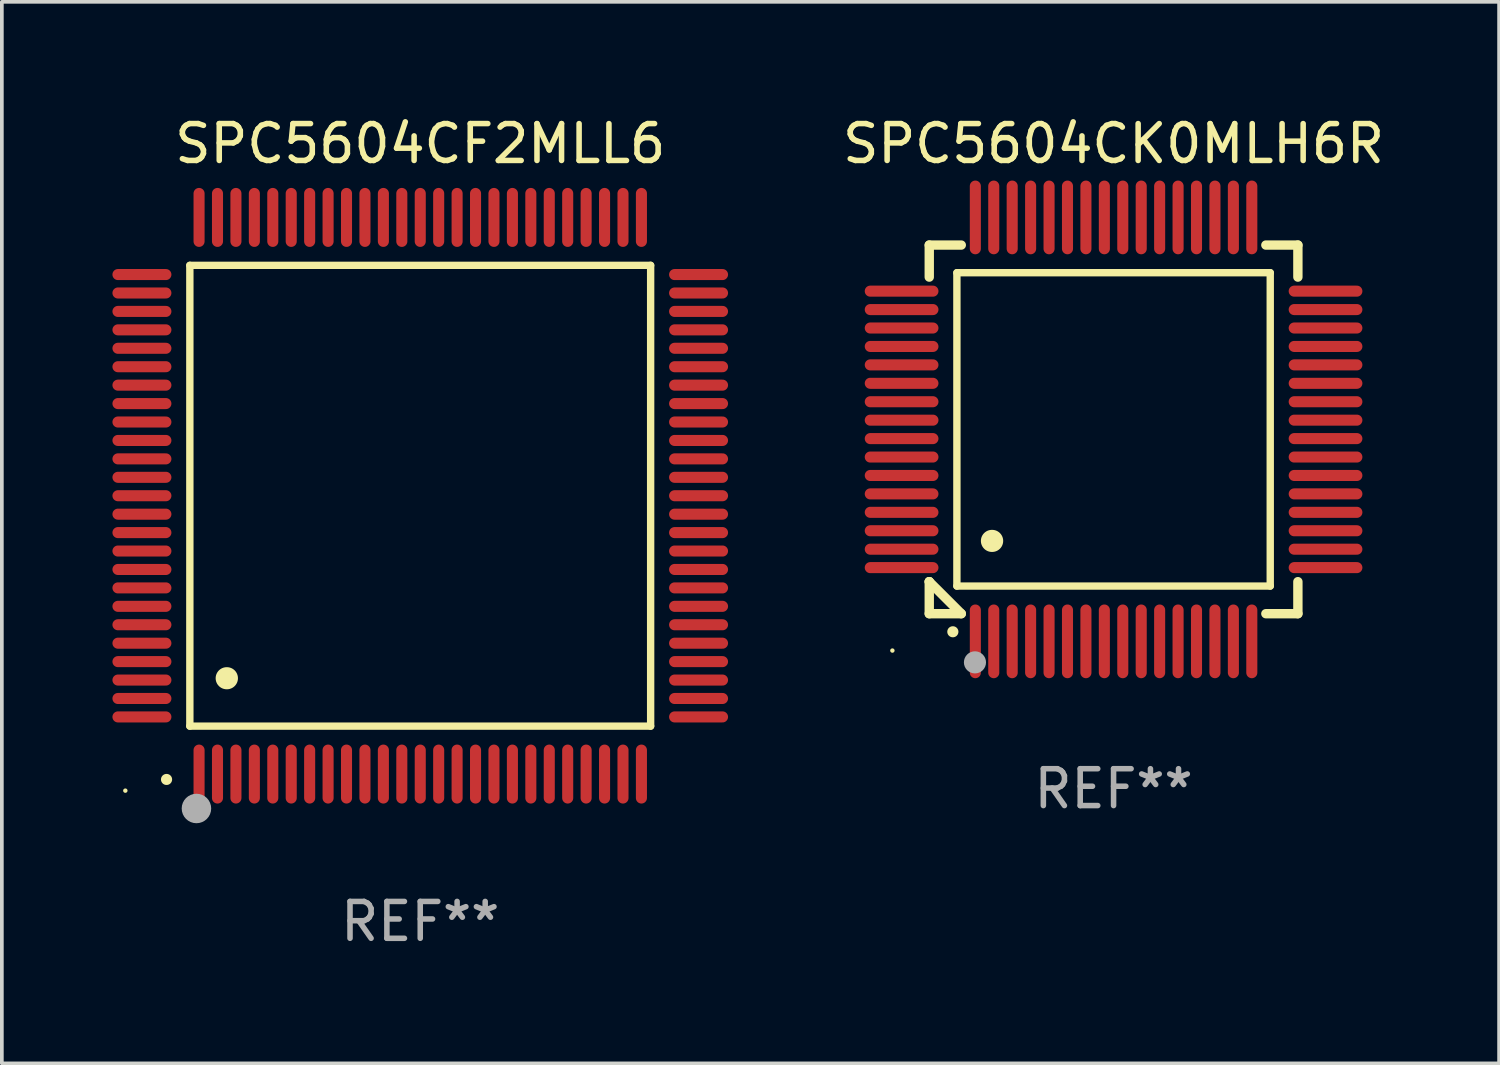
<source format=kicad_pcb>
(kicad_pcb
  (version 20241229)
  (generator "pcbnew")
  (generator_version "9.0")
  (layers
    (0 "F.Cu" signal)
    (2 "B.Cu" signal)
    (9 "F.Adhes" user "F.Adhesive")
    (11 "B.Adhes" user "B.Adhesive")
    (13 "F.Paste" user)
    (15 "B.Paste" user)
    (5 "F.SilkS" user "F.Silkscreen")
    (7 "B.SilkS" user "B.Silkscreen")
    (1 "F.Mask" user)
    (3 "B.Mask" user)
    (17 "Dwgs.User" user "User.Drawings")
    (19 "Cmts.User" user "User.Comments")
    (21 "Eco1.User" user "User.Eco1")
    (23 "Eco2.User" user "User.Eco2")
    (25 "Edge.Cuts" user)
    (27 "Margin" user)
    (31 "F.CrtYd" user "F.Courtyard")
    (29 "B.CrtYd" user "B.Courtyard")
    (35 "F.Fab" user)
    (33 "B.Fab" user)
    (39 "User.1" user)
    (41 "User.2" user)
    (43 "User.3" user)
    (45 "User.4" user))
  (footprint "SPC5604CF2MLL6"
    (layer "F.Cu")
    (at 8.35 10.398)
    (property "Reference" "SPC5604CF2MLL6" (at 0 -9.55 0) (layer "F.SilkS") (effects (font (size 1 1) (thickness 0.15))))
    (attr through_hole)
    (fp_line (start -6.25 -6.25) (end -6.25 6.25) (stroke (width 0.2) (type solid)) (layer "F.SilkS"))
    (fp_line (start -6.25 6.25) (end 6.25 6.25) (stroke (width 0.2) (type solid)) (layer "F.SilkS"))
    (fp_line (start 6.25 -6.25) (end -6.25 -6.25) (stroke (width 0.2) (type solid)) (layer "F.SilkS"))
    (fp_line (start 6.25 6.25) (end 6.25 -6.25) (stroke (width 0.2) (type solid)) (layer "F.SilkS"))
    (fp_arc (start -6.883414 7.696215) (mid -6.882144 7.69621) (end -6.880874 7.696215) (stroke (width 0.3) (type solid)) (layer "F.SilkS"))
    (fp_arc (start -5.250191 4.95047) (mid -5.247651 4.950459) (end -5.245111 4.95047) (stroke (width 0.6) (type solid)) (layer "F.SilkS"))
    (fp_circle (center -8 8) (end -7.97 8) (stroke (width 0.06) (type solid)) (fill no) (layer "F.SilkS"))
    (fp_circle (center -6.071 8.484) (end -5.871 8.484) (stroke (width 0.4) (type solid)) (fill no) (layer "F.Fab"))
    (fp_text user "REF**" (at 0 11.55 0) (layer "F.Fab") (effects (font (size 1 1) (thickness 0.15))))
    (pad "1" smd oval (at -6 7.55) (size 0.3 1.6) (layers "F.Cu" "F.Mask" "F.Paste"))
    (pad "2" smd oval (at -5.5 7.55) (size 0.3 1.6) (layers "F.Cu" "F.Mask" "F.Paste"))
    (pad "3" smd oval (at -5 7.55) (size 0.3 1.6) (layers "F.Cu" "F.Mask" "F.Paste"))
    (pad "4" smd oval (at -4.5 7.55) (size 0.3 1.6) (layers "F.Cu" "F.Mask" "F.Paste"))
    (pad "5" smd oval (at -4 7.55) (size 0.3 1.6) (layers "F.Cu" "F.Mask" "F.Paste"))
    (pad "6" smd oval (at -3.5 7.55) (size 0.3 1.6) (layers "F.Cu" "F.Mask" "F.Paste"))
    (pad "7" smd oval (at -3 7.55) (size 0.3 1.6) (layers "F.Cu" "F.Mask" "F.Paste"))
    (pad "8" smd oval (at -2.5 7.55) (size 0.3 1.6) (layers "F.Cu" "F.Mask" "F.Paste"))
    (pad "9" smd oval (at -2 7.55) (size 0.3 1.6) (layers "F.Cu" "F.Mask" "F.Paste"))
    (pad "10" smd oval (at -1.5 7.55) (size 0.3 1.6) (layers "F.Cu" "F.Mask" "F.Paste"))
    (pad "11" smd oval (at -1 7.55) (size 0.3 1.6) (layers "F.Cu" "F.Mask" "F.Paste"))
    (pad "12" smd oval (at -0.5 7.55) (size 0.3 1.6) (layers "F.Cu" "F.Mask" "F.Paste"))
    (pad "13" smd oval (at 0 7.55) (size 0.3 1.6) (layers "F.Cu" "F.Mask" "F.Paste"))
    (pad "14" smd oval (at 0.5 7.55) (size 0.3 1.6) (layers "F.Cu" "F.Mask" "F.Paste"))
    (pad "15" smd oval (at 1 7.55) (size 0.3 1.6) (layers "F.Cu" "F.Mask" "F.Paste"))
    (pad "16" smd oval (at 1.5 7.55) (size 0.3 1.6) (layers "F.Cu" "F.Mask" "F.Paste"))
    (pad "17" smd oval (at 2 7.55) (size 0.3 1.6) (layers "F.Cu" "F.Mask" "F.Paste"))
    (pad "18" smd oval (at 2.5 7.55) (size 0.3 1.6) (layers "F.Cu" "F.Mask" "F.Paste"))
    (pad "19" smd oval (at 3 7.55) (size 0.3 1.6) (layers "F.Cu" "F.Mask" "F.Paste"))
    (pad "20" smd oval (at 3.5 7.55) (size 0.3 1.6) (layers "F.Cu" "F.Mask" "F.Paste"))
    (pad "21" smd oval (at 4 7.55) (size 0.3 1.6) (layers "F.Cu" "F.Mask" "F.Paste"))
    (pad "22" smd oval (at 4.5 7.55) (size 0.3 1.6) (layers "F.Cu" "F.Mask" "F.Paste"))
    (pad "23" smd oval (at 5 7.55) (size 0.3 1.6) (layers "F.Cu" "F.Mask" "F.Paste"))
    (pad "24" smd oval (at 5.5 7.55) (size 0.3 1.6) (layers "F.Cu" "F.Mask" "F.Paste"))
    (pad "25" smd oval (at 6 7.55) (size 0.3 1.6) (layers "F.Cu" "F.Mask" "F.Paste"))
    (pad "26" smd oval (at 7.55 6) (size 1.6 0.3) (layers "F.Cu" "F.Mask" "F.Paste"))
    (pad "27" smd oval (at 7.55 5.5) (size 1.6 0.3) (layers "F.Cu" "F.Mask" "F.Paste"))
    (pad "28" smd oval (at 7.55 5) (size 1.6 0.3) (layers "F.Cu" "F.Mask" "F.Paste"))
    (pad "29" smd oval (at 7.55 4.5) (size 1.6 0.3) (layers "F.Cu" "F.Mask" "F.Paste"))
    (pad "30" smd oval (at 7.55 4) (size 1.6 0.3) (layers "F.Cu" "F.Mask" "F.Paste"))
    (pad "31" smd oval (at 7.55 3.5) (size 1.6 0.3) (layers "F.Cu" "F.Mask" "F.Paste"))
    (pad "32" smd oval (at 7.55 3) (size 1.6 0.3) (layers "F.Cu" "F.Mask" "F.Paste"))
    (pad "33" smd oval (at 7.55 2.5) (size 1.6 0.3) (layers "F.Cu" "F.Mask" "F.Paste"))
    (pad "34" smd oval (at 7.55 2) (size 1.6 0.3) (layers "F.Cu" "F.Mask" "F.Paste"))
    (pad "35" smd oval (at 7.55 1.5) (size 1.6 0.3) (layers "F.Cu" "F.Mask" "F.Paste"))
    (pad "36" smd oval (at 7.55 1) (size 1.6 0.3) (layers "F.Cu" "F.Mask" "F.Paste"))
    (pad "37" smd oval (at 7.55 0.5) (size 1.6 0.3) (layers "F.Cu" "F.Mask" "F.Paste"))
    (pad "38" smd oval (at 7.55 0) (size 1.6 0.3) (layers "F.Cu" "F.Mask" "F.Paste"))
    (pad "39" smd oval (at 7.55 -0.5) (size 1.6 0.3) (layers "F.Cu" "F.Mask" "F.Paste"))
    (pad "40" smd oval (at 7.55 -1) (size 1.6 0.3) (layers "F.Cu" "F.Mask" "F.Paste"))
    (pad "41" smd oval (at 7.55 -1.5) (size 1.6 0.3) (layers "F.Cu" "F.Mask" "F.Paste"))
    (pad "42" smd oval (at 7.55 -2) (size 1.6 0.3) (layers "F.Cu" "F.Mask" "F.Paste"))
    (pad "43" smd oval (at 7.55 -2.5) (size 1.6 0.3) (layers "F.Cu" "F.Mask" "F.Paste"))
    (pad "44" smd oval (at 7.55 -3) (size 1.6 0.3) (layers "F.Cu" "F.Mask" "F.Paste"))
    (pad "45" smd oval (at 7.55 -3.5) (size 1.6 0.3) (layers "F.Cu" "F.Mask" "F.Paste"))
    (pad "46" smd oval (at 7.55 -4) (size 1.6 0.3) (layers "F.Cu" "F.Mask" "F.Paste"))
    (pad "47" smd oval (at 7.55 -4.5) (size 1.6 0.3) (layers "F.Cu" "F.Mask" "F.Paste"))
    (pad "48" smd oval (at 7.55 -5) (size 1.6 0.3) (layers "F.Cu" "F.Mask" "F.Paste"))
    (pad "49" smd oval (at 7.55 -5.5) (size 1.6 0.3) (layers "F.Cu" "F.Mask" "F.Paste"))
    (pad "50" smd oval (at 7.55 -6) (size 1.6 0.3) (layers "F.Cu" "F.Mask" "F.Paste"))
    (pad "51" smd oval (at 6 -7.55) (size 0.3 1.6) (layers "F.Cu" "F.Mask" "F.Paste"))
    (pad "52" smd oval (at 5.5 -7.55) (size 0.3 1.6) (layers "F.Cu" "F.Mask" "F.Paste"))
    (pad "53" smd oval (at 5 -7.55) (size 0.3 1.6) (layers "F.Cu" "F.Mask" "F.Paste"))
    (pad "54" smd oval (at 4.5 -7.55) (size 0.3 1.6) (layers "F.Cu" "F.Mask" "F.Paste"))
    (pad "55" smd oval (at 4 -7.55) (size 0.3 1.6) (layers "F.Cu" "F.Mask" "F.Paste"))
    (pad "56" smd oval (at 3.5 -7.55) (size 0.3 1.6) (layers "F.Cu" "F.Mask" "F.Paste"))
    (pad "57" smd oval (at 3 -7.55) (size 0.3 1.6) (layers "F.Cu" "F.Mask" "F.Paste"))
    (pad "58" smd oval (at 2.5 -7.55) (size 0.3 1.6) (layers "F.Cu" "F.Mask" "F.Paste"))
    (pad "59" smd oval (at 2 -7.55) (size 0.3 1.6) (layers "F.Cu" "F.Mask" "F.Paste"))
    (pad "60" smd oval (at 1.5 -7.55) (size 0.3 1.6) (layers "F.Cu" "F.Mask" "F.Paste"))
    (pad "61" smd oval (at 1 -7.55) (size 0.3 1.6) (layers "F.Cu" "F.Mask" "F.Paste"))
    (pad "62" smd oval (at 0.5 -7.55) (size 0.3 1.6) (layers "F.Cu" "F.Mask" "F.Paste"))
    (pad "63" smd oval (at 0 -7.55) (size 0.3 1.6) (layers "F.Cu" "F.Mask" "F.Paste"))
    (pad "64" smd oval (at -0.5 -7.55) (size 0.3 1.6) (layers "F.Cu" "F.Mask" "F.Paste"))
    (pad "65" smd oval (at -1 -7.55) (size 0.3 1.6) (layers "F.Cu" "F.Mask" "F.Paste"))
    (pad "66" smd oval (at -1.5 -7.55) (size 0.3 1.6) (layers "F.Cu" "F.Mask" "F.Paste"))
    (pad "67" smd oval (at -2 -7.55) (size 0.3 1.6) (layers "F.Cu" "F.Mask" "F.Paste"))
    (pad "68" smd oval (at -2.5 -7.55) (size 0.3 1.6) (layers "F.Cu" "F.Mask" "F.Paste"))
    (pad "69" smd oval (at -3 -7.55) (size 0.3 1.6) (layers "F.Cu" "F.Mask" "F.Paste"))
    (pad "70" smd oval (at -3.5 -7.55) (size 0.3 1.6) (layers "F.Cu" "F.Mask" "F.Paste"))
    (pad "71" smd oval (at -4 -7.55) (size 0.3 1.6) (layers "F.Cu" "F.Mask" "F.Paste"))
    (pad "72" smd oval (at -4.5 -7.55) (size 0.3 1.6) (layers "F.Cu" "F.Mask" "F.Paste"))
    (pad "73" smd oval (at -5 -7.55) (size 0.3 1.6) (layers "F.Cu" "F.Mask" "F.Paste"))
    (pad "74" smd oval (at -5.5 -7.55) (size 0.3 1.6) (layers "F.Cu" "F.Mask" "F.Paste"))
    (pad "75" smd oval (at -6 -7.55) (size 0.3 1.6) (layers "F.Cu" "F.Mask" "F.Paste"))
    (pad "76" smd oval (at -7.55 -6) (size 1.6 0.3) (layers "F.Cu" "F.Mask" "F.Paste"))
    (pad "77" smd oval (at -7.55 -5.5) (size 1.6 0.3) (layers "F.Cu" "F.Mask" "F.Paste"))
    (pad "78" smd oval (at -7.55 -5) (size 1.6 0.3) (layers "F.Cu" "F.Mask" "F.Paste"))
    (pad "79" smd oval (at -7.55 -4.5) (size 1.6 0.3) (layers "F.Cu" "F.Mask" "F.Paste"))
    (pad "80" smd oval (at -7.55 -4) (size 1.6 0.3) (layers "F.Cu" "F.Mask" "F.Paste"))
    (pad "81" smd oval (at -7.55 -3.5) (size 1.6 0.3) (layers "F.Cu" "F.Mask" "F.Paste"))
    (pad "82" smd oval (at -7.55 -3) (size 1.6 0.3) (layers "F.Cu" "F.Mask" "F.Paste"))
    (pad "83" smd oval (at -7.55 -2.5) (size 1.6 0.3) (layers "F.Cu" "F.Mask" "F.Paste"))
    (pad "84" smd oval (at -7.55 -2) (size 1.6 0.3) (layers "F.Cu" "F.Mask" "F.Paste"))
    (pad "85" smd oval (at -7.55 -1.5) (size 1.6 0.3) (layers "F.Cu" "F.Mask" "F.Paste"))
    (pad "86" smd oval (at -7.55 -1) (size 1.6 0.3) (layers "F.Cu" "F.Mask" "F.Paste"))
    (pad "87" smd oval (at -7.55 -0.5) (size 1.6 0.3) (layers "F.Cu" "F.Mask" "F.Paste"))
    (pad "88" smd oval (at -7.55 0) (size 1.6 0.3) (layers "F.Cu" "F.Mask" "F.Paste"))
    (pad "89" smd oval (at -7.55 0.5) (size 1.6 0.3) (layers "F.Cu" "F.Mask" "F.Paste"))
    (pad "90" smd oval (at -7.55 1) (size 1.6 0.3) (layers "F.Cu" "F.Mask" "F.Paste"))
    (pad "91" smd oval (at -7.55 1.5) (size 1.6 0.3) (layers "F.Cu" "F.Mask" "F.Paste"))
    (pad "92" smd oval (at -7.55 2) (size 1.6 0.3) (layers "F.Cu" "F.Mask" "F.Paste"))
    (pad "93" smd oval (at -7.55 2.5) (size 1.6 0.3) (layers "F.Cu" "F.Mask" "F.Paste"))
    (pad "94" smd oval (at -7.55 3) (size 1.6 0.3) (layers "F.Cu" "F.Mask" "F.Paste"))
    (pad "95" smd oval (at -7.55 3.5) (size 1.6 0.3) (layers "F.Cu" "F.Mask" "F.Paste"))
    (pad "96" smd oval (at -7.55 4) (size 1.6 0.3) (layers "F.Cu" "F.Mask" "F.Paste"))
    (pad "97" smd oval (at -7.55 4.5) (size 1.6 0.3) (layers "F.Cu" "F.Mask" "F.Paste"))
    (pad "98" smd oval (at -7.55 5) (size 1.6 0.3) (layers "F.Cu" "F.Mask" "F.Paste"))
    (pad "99" smd oval (at -7.55 5.5) (size 1.6 0.3) (layers "F.Cu" "F.Mask" "F.Paste"))
    (pad "100" smd oval (at -7.55 6) (size 1.6 0.3) (layers "F.Cu" "F.Mask" "F.Paste")))
  (footprint "SPC5604CK0MLH6R"
    (layer "F.Cu")
    (at 27.158 8.598)
    (property "Reference" "SPC5604CK0MLH6R" (at 0 -7.75 0) (layer "F.SilkS") (effects (font (size 1 1) (thickness 0.15))))
    (attr through_hole)
    (fp_line (start -5 -5) (end -4.131 -5) (stroke (width 0.254) (type solid)) (layer "F.SilkS"))
    (fp_line (start -5 -4.131) (end -5 -5) (stroke (width 0.254) (type solid)) (layer "F.SilkS"))
    (fp_line (start -5 4.131) (end -5 4.131) (stroke (width 0.254) (type solid)) (layer "F.SilkS"))
    (fp_line (start -5 5) (end -5 4.131) (stroke (width 0.254) (type solid)) (layer "F.SilkS"))
    (fp_line (start -5 4.131) (end -4.131 5) (stroke (width 0.254) (type solid)) (layer "F.SilkS"))
    (fp_line (start -4.25 -4.25) (end -4.25 4.25) (stroke (width 0.2) (type solid)) (layer "F.SilkS"))
    (fp_line (start -4.25 4.25) (end 4.25 4.25) (stroke (width 0.2) (type solid)) (layer "F.SilkS"))
    (fp_line (start -4.131 5) (end -5 5) (stroke (width 0.254) (type solid)) (layer "F.SilkS"))
    (fp_line (start 4.25 -4.25) (end -4.25 -4.25) (stroke (width 0.2) (type solid)) (layer "F.SilkS"))
    (fp_line (start 4.25 4.25) (end 4.25 -4.25) (stroke (width 0.2) (type solid)) (layer "F.SilkS"))
    (fp_line (start 5 -5) (end 4.131 -5) (stroke (width 0.254) (type solid)) (layer "F.SilkS"))
    (fp_line (start 5 -5) (end 5 -4.131) (stroke (width 0.254) (type solid)) (layer "F.SilkS"))
    (fp_line (start 5 4.131) (end 5 5) (stroke (width 0.254) (type solid)) (layer "F.SilkS"))
    (fp_line (start 5 5) (end 4.131 5) (stroke (width 0.254) (type solid)) (layer "F.SilkS"))
    (fp_arc (start -4.361265 5.489992) (mid -4.359995 5.489987) (end -4.358725 5.489992) (stroke (width 0.3) (type solid)) (layer "F.SilkS"))
    (fp_arc (start -3.299467 3.025146) (mid -3.296927 3.025135) (end -3.294387 3.025146) (stroke (width 0.6) (type solid)) (layer "F.SilkS"))
    (fp_circle (center -6 6) (end -5.97 6) (stroke (width 0.06) (type solid)) (fill no) (layer "F.SilkS"))
    (fp_circle (center -3.76 6.32) (end -3.61 6.32) (stroke (width 0.3) (type solid)) (fill no) (layer "F.Fab"))
    (fp_text user "REF**" (at 0 9.75 0) (layer "F.Fab") (effects (font (size 1 1) (thickness 0.15))))
    (pad "1" smd oval (at -3.75 5.75) (size 0.3 2) (layers "F.Cu" "F.Mask" "F.Paste"))
    (pad "2" smd oval (at -3.25 5.75) (size 0.3 2) (layers "F.Cu" "F.Mask" "F.Paste"))
    (pad "3" smd oval (at -2.75 5.75) (size 0.3 2) (layers "F.Cu" "F.Mask" "F.Paste"))
    (pad "4" smd oval (at -2.25 5.75) (size 0.3 2) (layers "F.Cu" "F.Mask" "F.Paste"))
    (pad "5" smd oval (at -1.75 5.75) (size 0.3 2) (layers "F.Cu" "F.Mask" "F.Paste"))
    (pad "6" smd oval (at -1.25 5.75) (size 0.3 2) (layers "F.Cu" "F.Mask" "F.Paste"))
    (pad "7" smd oval (at -0.75 5.75) (size 0.3 2) (layers "F.Cu" "F.Mask" "F.Paste"))
    (pad "8" smd oval (at -0.25 5.75) (size 0.3 2) (layers "F.Cu" "F.Mask" "F.Paste"))
    (pad "9" smd oval (at 0.25 5.75) (size 0.3 2) (layers "F.Cu" "F.Mask" "F.Paste"))
    (pad "10" smd oval (at 0.75 5.75) (size 0.3 2) (layers "F.Cu" "F.Mask" "F.Paste"))
    (pad "11" smd oval (at 1.25 5.75) (size 0.3 2) (layers "F.Cu" "F.Mask" "F.Paste"))
    (pad "12" smd oval (at 1.75 5.75) (size 0.3 2) (layers "F.Cu" "F.Mask" "F.Paste"))
    (pad "13" smd oval (at 2.25 5.75) (size 0.3 2) (layers "F.Cu" "F.Mask" "F.Paste"))
    (pad "14" smd oval (at 2.75 5.75) (size 0.3 2) (layers "F.Cu" "F.Mask" "F.Paste"))
    (pad "15" smd oval (at 3.25 5.75) (size 0.3 2) (layers "F.Cu" "F.Mask" "F.Paste"))
    (pad "16" smd oval (at 3.75 5.75) (size 0.3 2) (layers "F.Cu" "F.Mask" "F.Paste"))
    (pad "17" smd oval (at 5.75 3.75) (size 2 0.3) (layers "F.Cu" "F.Mask" "F.Paste"))
    (pad "18" smd oval (at 5.75 3.25) (size 2 0.3) (layers "F.Cu" "F.Mask" "F.Paste"))
    (pad "19" smd oval (at 5.75 2.75) (size 2 0.3) (layers "F.Cu" "F.Mask" "F.Paste"))
    (pad "20" smd oval (at 5.75 2.25) (size 2 0.3) (layers "F.Cu" "F.Mask" "F.Paste"))
    (pad "21" smd oval (at 5.75 1.75) (size 2 0.3) (layers "F.Cu" "F.Mask" "F.Paste"))
    (pad "22" smd oval (at 5.75 1.25) (size 2 0.3) (layers "F.Cu" "F.Mask" "F.Paste"))
    (pad "23" smd oval (at 5.75 0.75) (size 2 0.3) (layers "F.Cu" "F.Mask" "F.Paste"))
    (pad "24" smd oval (at 5.75 0.25) (size 2 0.3) (layers "F.Cu" "F.Mask" "F.Paste"))
    (pad "25" smd oval (at 5.75 -0.25) (size 2 0.3) (layers "F.Cu" "F.Mask" "F.Paste"))
    (pad "26" smd oval (at 5.75 -0.75) (size 2 0.3) (layers "F.Cu" "F.Mask" "F.Paste"))
    (pad "27" smd oval (at 5.75 -1.25) (size 2 0.3) (layers "F.Cu" "F.Mask" "F.Paste"))
    (pad "28" smd oval (at 5.75 -1.75) (size 2 0.3) (layers "F.Cu" "F.Mask" "F.Paste"))
    (pad "29" smd oval (at 5.75 -2.25) (size 2 0.3) (layers "F.Cu" "F.Mask" "F.Paste"))
    (pad "30" smd oval (at 5.75 -2.75) (size 2 0.3) (layers "F.Cu" "F.Mask" "F.Paste"))
    (pad "31" smd oval (at 5.75 -3.25) (size 2 0.3) (layers "F.Cu" "F.Mask" "F.Paste"))
    (pad "32" smd oval (at 5.75 -3.75) (size 2 0.3) (layers "F.Cu" "F.Mask" "F.Paste"))
    (pad "33" smd oval (at 3.75 -5.75) (size 0.3 2) (layers "F.Cu" "F.Mask" "F.Paste"))
    (pad "34" smd oval (at 3.25 -5.75) (size 0.3 2) (layers "F.Cu" "F.Mask" "F.Paste"))
    (pad "35" smd oval (at 2.75 -5.75) (size 0.3 2) (layers "F.Cu" "F.Mask" "F.Paste"))
    (pad "36" smd oval (at 2.25 -5.75) (size 0.3 2) (layers "F.Cu" "F.Mask" "F.Paste"))
    (pad "37" smd oval (at 1.75 -5.75) (size 0.3 2) (layers "F.Cu" "F.Mask" "F.Paste"))
    (pad "38" smd oval (at 1.25 -5.75) (size 0.3 2) (layers "F.Cu" "F.Mask" "F.Paste"))
    (pad "39" smd oval (at 0.75 -5.75) (size 0.3 2) (layers "F.Cu" "F.Mask" "F.Paste"))
    (pad "40" smd oval (at 0.25 -5.75) (size 0.3 2) (layers "F.Cu" "F.Mask" "F.Paste"))
    (pad "41" smd oval (at -0.25 -5.75) (size 0.3 2) (layers "F.Cu" "F.Mask" "F.Paste"))
    (pad "42" smd oval (at -0.75 -5.75) (size 0.3 2) (layers "F.Cu" "F.Mask" "F.Paste"))
    (pad "43" smd oval (at -1.25 -5.75) (size 0.3 2) (layers "F.Cu" "F.Mask" "F.Paste"))
    (pad "44" smd oval (at -1.75 -5.75) (size 0.3 2) (layers "F.Cu" "F.Mask" "F.Paste"))
    (pad "45" smd oval (at -2.25 -5.75) (size 0.3 2) (layers "F.Cu" "F.Mask" "F.Paste"))
    (pad "46" smd oval (at -2.75 -5.75) (size 0.3 2) (layers "F.Cu" "F.Mask" "F.Paste"))
    (pad "47" smd oval (at -3.25 -5.75) (size 0.3 2) (layers "F.Cu" "F.Mask" "F.Paste"))
    (pad "48" smd oval (at -3.75 -5.75) (size 0.3 2) (layers "F.Cu" "F.Mask" "F.Paste"))
    (pad "49" smd oval (at -5.75 -3.75) (size 2 0.3) (layers "F.Cu" "F.Mask" "F.Paste"))
    (pad "50" smd oval (at -5.75 -3.25) (size 2 0.3) (layers "F.Cu" "F.Mask" "F.Paste"))
    (pad "51" smd oval (at -5.75 -2.75) (size 2 0.3) (layers "F.Cu" "F.Mask" "F.Paste"))
    (pad "52" smd oval (at -5.75 -2.25) (size 2 0.3) (layers "F.Cu" "F.Mask" "F.Paste"))
    (pad "53" smd oval (at -5.75 -1.75) (size 2 0.3) (layers "F.Cu" "F.Mask" "F.Paste"))
    (pad "54" smd oval (at -5.75 -1.25) (size 2 0.3) (layers "F.Cu" "F.Mask" "F.Paste"))
    (pad "55" smd oval (at -5.75 -0.75) (size 2 0.3) (layers "F.Cu" "F.Mask" "F.Paste"))
    (pad "56" smd oval (at -5.75 -0.25) (size 2 0.3) (layers "F.Cu" "F.Mask" "F.Paste"))
    (pad "57" smd oval (at -5.75 0.25) (size 2 0.3) (layers "F.Cu" "F.Mask" "F.Paste"))
    (pad "58" smd oval (at -5.75 0.75) (size 2 0.3) (layers "F.Cu" "F.Mask" "F.Paste"))
    (pad "59" smd oval (at -5.75 1.25) (size 2 0.3) (layers "F.Cu" "F.Mask" "F.Paste"))
    (pad "60" smd oval (at -5.75 1.75) (size 2 0.3) (layers "F.Cu" "F.Mask" "F.Paste"))
    (pad "61" smd oval (at -5.75 2.25) (size 2 0.3) (layers "F.Cu" "F.Mask" "F.Paste"))
    (pad "62" smd oval (at -5.75 2.75) (size 2 0.3) (layers "F.Cu" "F.Mask" "F.Paste"))
    (pad "63" smd oval (at -5.75 3.25) (size 2 0.3) (layers "F.Cu" "F.Mask" "F.Paste"))
    (pad "64" smd oval (at -5.75 3.75) (size 2 0.3) (layers "F.Cu" "F.Mask" "F.Paste")))
  (gr_rect
    (start -3 -3)
    (end 37.616 25.796)
    (stroke (width 0.1) (type default))
    (fill no)
    (layer "Edge.Cuts")))
</source>
